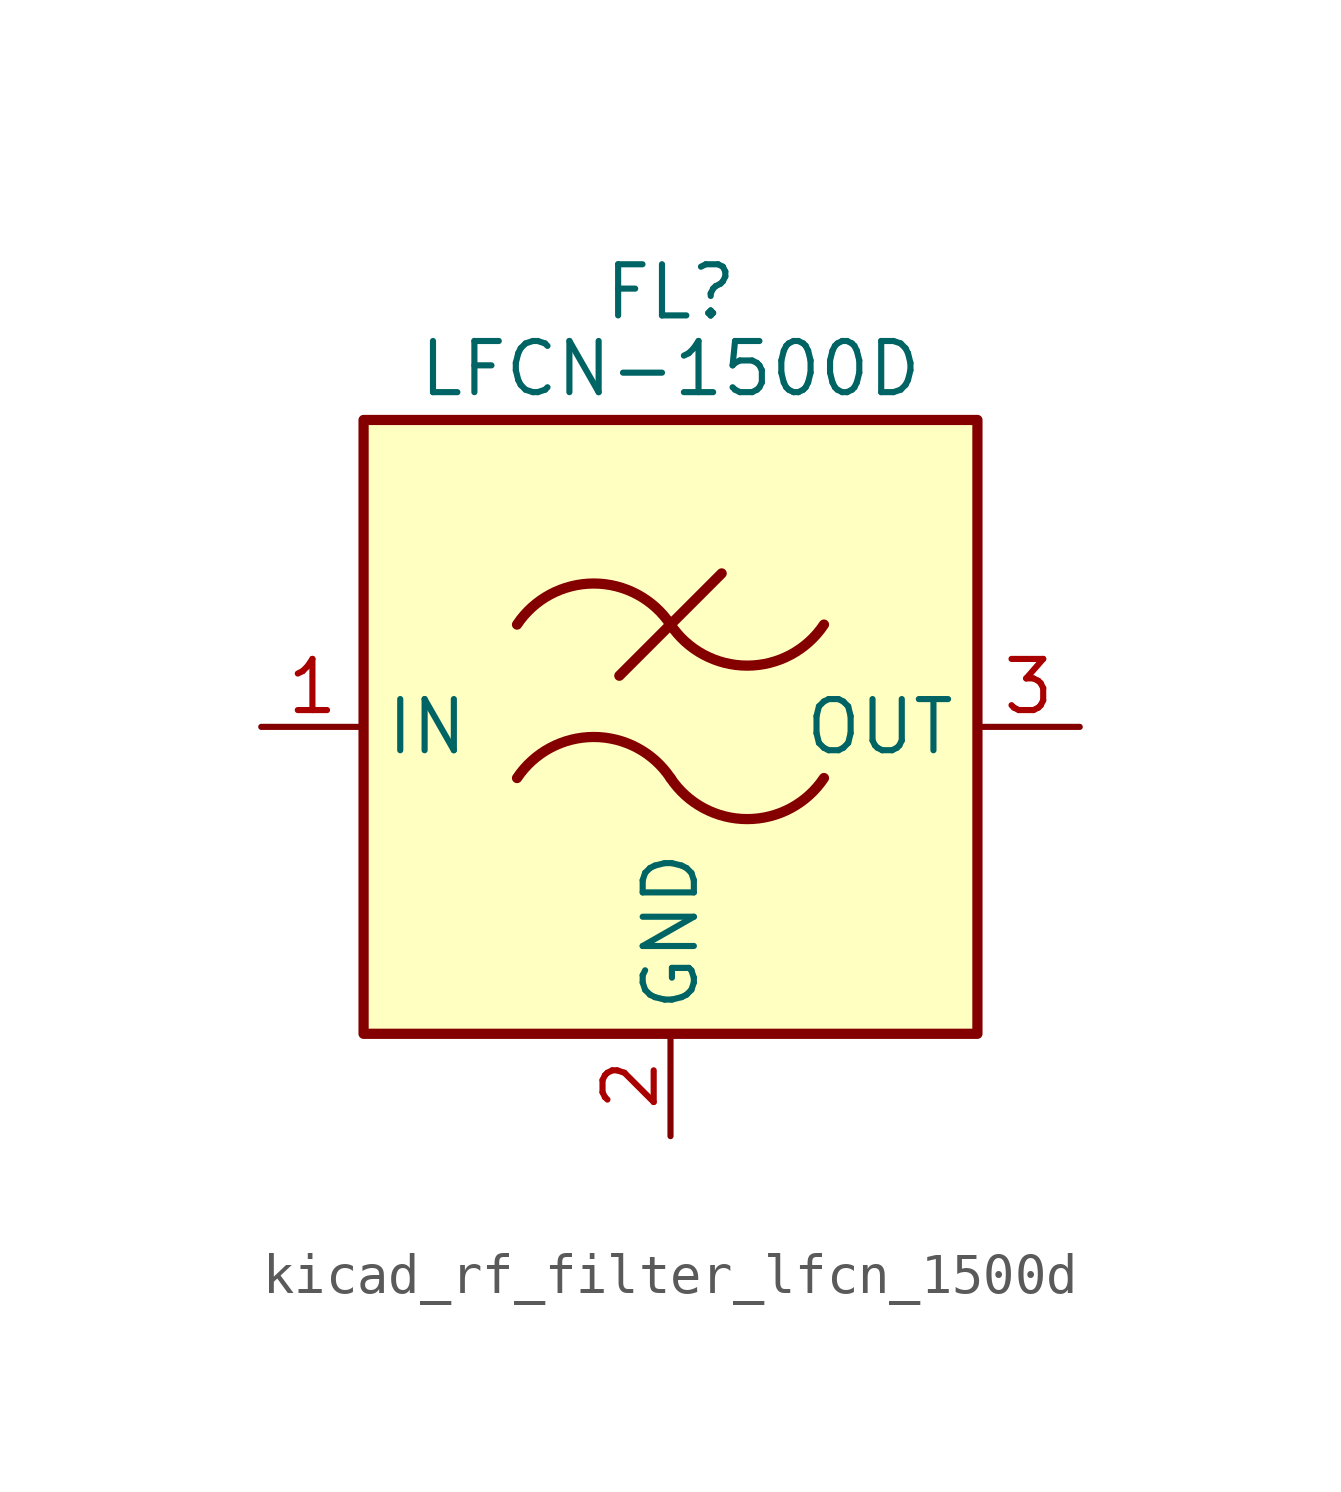
<source format=kicad_sym>
(kicad_symbol_lib
  (version 20220914)
  (generator kicad_symbol_editor)
  (symbol "kicad_rf_filter_lfcn_1500d"
    (property "Reference" "FL"
      (at 0 10.795 0)
      (effects (font (size 1.27 1.27))))
    (property "Value" "LFCN-1500D"
      (at 0 8.89 0)
      (effects (font (size 1.27 1.27))))
    (symbol "kicad_rf_filter_lfcn_1500d_0_1"
      (rectangle (start -7.62 7.62) (end 7.62 -7.62) (stroke (width 0.254) (type default)) (fill (type background)))
      (arc (start 0 -1.27) (mid -1.905 -0.2505) (end -3.81 -1.27) (stroke (width 0.254) (type default)) (fill (type none)))
      (arc (start 0 -1.27) (mid 1.905 -2.2895) (end 3.81 -1.27) (stroke (width 0.254) (type default)) (fill (type none)))
      (polyline (pts (xy -1.27 1.27) (xy 1.27 3.81)) (stroke (width 0.254) (type default)) (fill (type none)))
      (arc (start 0 2.54) (mid -1.905 3.5595) (end -3.81 2.54) (stroke (width 0.254) (type default)) (fill (type none)))
      (arc (start 0 2.54) (mid 1.905 1.5205) (end 3.81 2.54) (stroke (width 0.254) (type default)) (fill (type none))))
    (symbol "kicad_rf_filter_lfcn_1500d_1_1"
      (pin passive line (at -10.16 0 0) (length 2.54) (name "IN" (effects (font (size 1.27 1.27)))) (number "1" (effects (font (size 1.27 1.27)))))
      (pin passive line (at 0 -10.16 90) (length 2.54) (name "GND" (effects (font (size 1.27 1.27)))) (number "2" (effects (font (size 1.27 1.27)))))
      (pin passive line (at 10.16 0 180) (length 2.54) (name "OUT" (effects (font (size 1.27 1.27)))) (number "3" (effects (font (size 1.27 1.27)))))
      (pin passive line (at 0 -10.16 90) (length 2.54) hide (name "GND" (effects (font (size 1.27 1.27)))) (number "4" (effects (font (size 1.27 1.27))))))))
</source>
